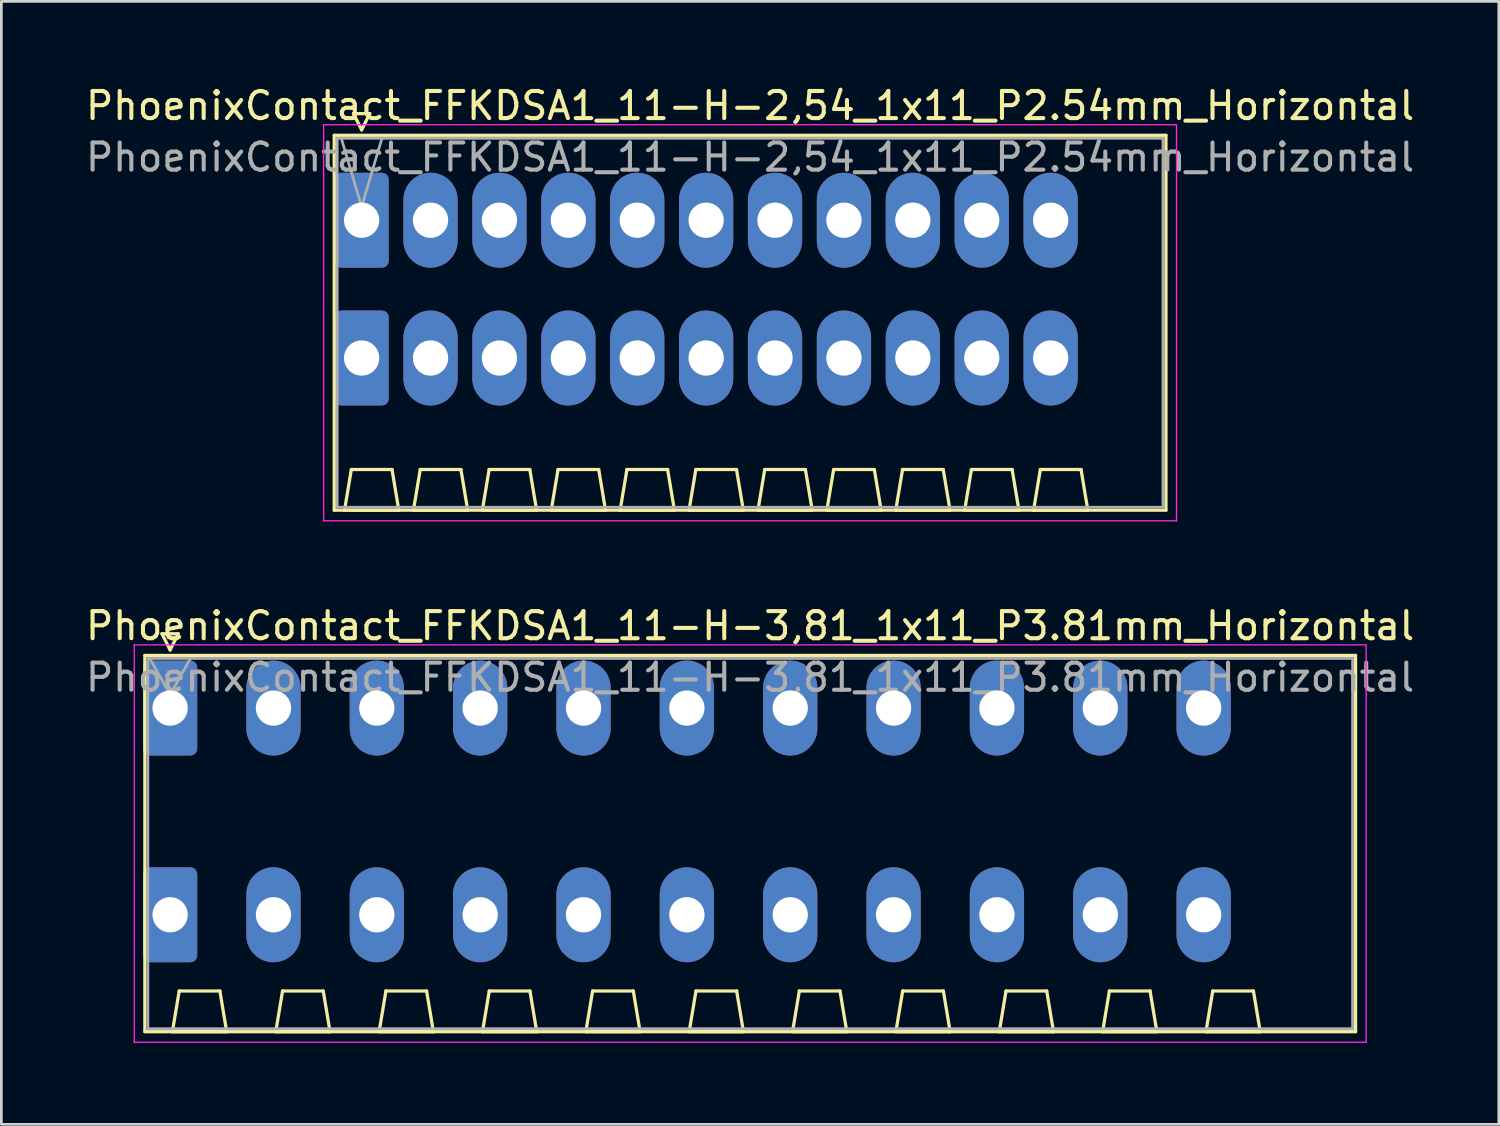
<source format=kicad_pcb>
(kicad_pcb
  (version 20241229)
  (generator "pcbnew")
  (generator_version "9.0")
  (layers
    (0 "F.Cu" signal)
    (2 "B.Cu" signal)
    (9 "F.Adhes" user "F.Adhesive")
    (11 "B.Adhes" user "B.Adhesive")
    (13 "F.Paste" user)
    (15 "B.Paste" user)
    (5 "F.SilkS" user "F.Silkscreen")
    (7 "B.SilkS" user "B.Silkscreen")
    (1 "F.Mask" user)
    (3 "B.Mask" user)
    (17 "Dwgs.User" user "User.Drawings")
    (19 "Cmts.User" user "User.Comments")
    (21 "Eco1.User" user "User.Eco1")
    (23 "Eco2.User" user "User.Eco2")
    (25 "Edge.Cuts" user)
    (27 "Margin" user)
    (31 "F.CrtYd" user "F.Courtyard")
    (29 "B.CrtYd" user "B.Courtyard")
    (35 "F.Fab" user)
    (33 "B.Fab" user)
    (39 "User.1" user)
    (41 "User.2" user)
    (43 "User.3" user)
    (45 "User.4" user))
  (footprint "PhoenixContact_FFKDSA1_11-H-2,54_1x11_P2.54mm_Horizontal"
    (layer "F.Cu")
    (at 10.281 5.068)
    (property "Reference" "PhoenixContact_FFKDSA1_11-H-2,54_1x11_P2.54mm_Horizontal" (at 14.32 -4.22 0) (layer "F.SilkS") (effects (font (size 1 1) (thickness 0.15))))
    (attr through_hole)
    (fp_line (start -1.01 -3.13) (end -1.01 10.69) (stroke (width 0.12) (type solid)) (layer "F.SilkS"))
    (fp_line (start -1.01 10.69) (end 29.65 10.69) (stroke (width 0.12) (type solid)) (layer "F.SilkS"))
    (fp_line (start -0.63 10.69) (end 1.37 10.69) (stroke (width 0.12) (type solid)) (layer "F.SilkS"))
    (fp_line (start -0.38 9.19) (end -0.63 10.69) (stroke (width 0.12) (type solid)) (layer "F.SilkS"))
    (fp_line (start -0.3 -3.93) (end 0.3 -3.93) (stroke (width 0.12) (type solid)) (layer "F.SilkS"))
    (fp_line (start 0 -3.33) (end -0.3 -3.93) (stroke (width 0.12) (type solid)) (layer "F.SilkS"))
    (fp_line (start 0.3 -3.93) (end 0 -3.33) (stroke (width 0.12) (type solid)) (layer "F.SilkS"))
    (fp_line (start 1.12 9.19) (end -0.38 9.19) (stroke (width 0.12) (type solid)) (layer "F.SilkS"))
    (fp_line (start 1.37 10.69) (end 1.12 9.19) (stroke (width 0.12) (type solid)) (layer "F.SilkS"))
    (fp_line (start 1.91 10.69) (end 3.91 10.69) (stroke (width 0.12) (type solid)) (layer "F.SilkS"))
    (fp_line (start 2.16 9.19) (end 1.91 10.69) (stroke (width 0.12) (type solid)) (layer "F.SilkS"))
    (fp_line (start 3.66 9.19) (end 2.16 9.19) (stroke (width 0.12) (type solid)) (layer "F.SilkS"))
    (fp_line (start 3.91 10.69) (end 3.66 9.19) (stroke (width 0.12) (type solid)) (layer "F.SilkS"))
    (fp_line (start 4.45 10.69) (end 6.45 10.69) (stroke (width 0.12) (type solid)) (layer "F.SilkS"))
    (fp_line (start 4.7 9.19) (end 4.45 10.69) (stroke (width 0.12) (type solid)) (layer "F.SilkS"))
    (fp_line (start 6.2 9.19) (end 4.7 9.19) (stroke (width 0.12) (type solid)) (layer "F.SilkS"))
    (fp_line (start 6.45 10.69) (end 6.2 9.19) (stroke (width 0.12) (type solid)) (layer "F.SilkS"))
    (fp_line (start 6.99 10.69) (end 8.99 10.69) (stroke (width 0.12) (type solid)) (layer "F.SilkS"))
    (fp_line (start 7.24 9.19) (end 6.99 10.69) (stroke (width 0.12) (type solid)) (layer "F.SilkS"))
    (fp_line (start 8.74 9.19) (end 7.24 9.19) (stroke (width 0.12) (type solid)) (layer "F.SilkS"))
    (fp_line (start 8.99 10.69) (end 8.74 9.19) (stroke (width 0.12) (type solid)) (layer "F.SilkS"))
    (fp_line (start 9.53 10.69) (end 11.53 10.69) (stroke (width 0.12) (type solid)) (layer "F.SilkS"))
    (fp_line (start 9.78 9.19) (end 9.53 10.69) (stroke (width 0.12) (type solid)) (layer "F.SilkS"))
    (fp_line (start 11.28 9.19) (end 9.78 9.19) (stroke (width 0.12) (type solid)) (layer "F.SilkS"))
    (fp_line (start 11.53 10.69) (end 11.28 9.19) (stroke (width 0.12) (type solid)) (layer "F.SilkS"))
    (fp_line (start 12.07 10.69) (end 14.07 10.69) (stroke (width 0.12) (type solid)) (layer "F.SilkS"))
    (fp_line (start 12.32 9.19) (end 12.07 10.69) (stroke (width 0.12) (type solid)) (layer "F.SilkS"))
    (fp_line (start 13.82 9.19) (end 12.32 9.19) (stroke (width 0.12) (type solid)) (layer "F.SilkS"))
    (fp_line (start 14.07 10.69) (end 13.82 9.19) (stroke (width 0.12) (type solid)) (layer "F.SilkS"))
    (fp_line (start 14.61 10.69) (end 16.61 10.69) (stroke (width 0.12) (type solid)) (layer "F.SilkS"))
    (fp_line (start 14.86 9.19) (end 14.61 10.69) (stroke (width 0.12) (type solid)) (layer "F.SilkS"))
    (fp_line (start 16.36 9.19) (end 14.86 9.19) (stroke (width 0.12) (type solid)) (layer "F.SilkS"))
    (fp_line (start 16.61 10.69) (end 16.36 9.19) (stroke (width 0.12) (type solid)) (layer "F.SilkS"))
    (fp_line (start 17.15 10.69) (end 19.15 10.69) (stroke (width 0.12) (type solid)) (layer "F.SilkS"))
    (fp_line (start 17.4 9.19) (end 17.15 10.69) (stroke (width 0.12) (type solid)) (layer "F.SilkS"))
    (fp_line (start 18.9 9.19) (end 17.4 9.19) (stroke (width 0.12) (type solid)) (layer "F.SilkS"))
    (fp_line (start 19.15 10.69) (end 18.9 9.19) (stroke (width 0.12) (type solid)) (layer "F.SilkS"))
    (fp_line (start 19.69 10.69) (end 21.69 10.69) (stroke (width 0.12) (type solid)) (layer "F.SilkS"))
    (fp_line (start 19.94 9.19) (end 19.69 10.69) (stroke (width 0.12) (type solid)) (layer "F.SilkS"))
    (fp_line (start 21.44 9.19) (end 19.94 9.19) (stroke (width 0.12) (type solid)) (layer "F.SilkS"))
    (fp_line (start 21.69 10.69) (end 21.44 9.19) (stroke (width 0.12) (type solid)) (layer "F.SilkS"))
    (fp_line (start 22.23 10.69) (end 24.23 10.69) (stroke (width 0.12) (type solid)) (layer "F.SilkS"))
    (fp_line (start 22.48 9.19) (end 22.23 10.69) (stroke (width 0.12) (type solid)) (layer "F.SilkS"))
    (fp_line (start 23.98 9.19) (end 22.48 9.19) (stroke (width 0.12) (type solid)) (layer "F.SilkS"))
    (fp_line (start 24.23 10.69) (end 23.98 9.19) (stroke (width 0.12) (type solid)) (layer "F.SilkS"))
    (fp_line (start 24.77 10.69) (end 26.77 10.69) (stroke (width 0.12) (type solid)) (layer "F.SilkS"))
    (fp_line (start 25.02 9.19) (end 24.77 10.69) (stroke (width 0.12) (type solid)) (layer "F.SilkS"))
    (fp_line (start 26.52 9.19) (end 25.02 9.19) (stroke (width 0.12) (type solid)) (layer "F.SilkS"))
    (fp_line (start 26.77 10.69) (end 26.52 9.19) (stroke (width 0.12) (type solid)) (layer "F.SilkS"))
    (fp_line (start 29.65 -3.13) (end -1.01 -3.13) (stroke (width 0.12) (type solid)) (layer "F.SilkS"))
    (fp_line (start 29.65 10.69) (end 29.65 -3.13) (stroke (width 0.12) (type solid)) (layer "F.SilkS"))
    (fp_line (start -1.4 -3.52) (end -1.4 11.08) (stroke (width 0.05) (type solid)) (layer "F.CrtYd"))
    (fp_line (start -1.4 11.08) (end 30.04 11.08) (stroke (width 0.05) (type solid)) (layer "F.CrtYd"))
    (fp_line (start 30.04 -3.52) (end -1.4 -3.52) (stroke (width 0.05) (type solid)) (layer "F.CrtYd"))
    (fp_line (start 30.04 11.08) (end 30.04 -3.52) (stroke (width 0.05) (type solid)) (layer "F.CrtYd"))
    (fp_line (start -0.9 -3.02) (end -0.9 10.58) (stroke (width 0.1) (type solid)) (layer "F.Fab"))
    (fp_line (start -0.9 10.58) (end 29.54 10.58) (stroke (width 0.1) (type solid)) (layer "F.Fab"))
    (fp_line (start 0 -0.5) (end -0.75 -3.02) (stroke (width 0.1) (type solid)) (layer "F.Fab"))
    (fp_line (start 0.75 -3.02) (end 0 -0.5) (stroke (width 0.1) (type solid)) (layer "F.Fab"))
    (fp_line (start 29.54 -3.02) (end -0.9 -3.02) (stroke (width 0.1) (type solid)) (layer "F.Fab"))
    (fp_line (start 29.54 10.58) (end 29.54 -3.02) (stroke (width 0.1) (type solid)) (layer "F.Fab"))
    (fp_text user "${REFERENCE}" (at 14.32 -2.32 0) (layer "F.Fab") (effects (font (size 1 1) (thickness 0.15))))
    (pad "1" thru_hole roundrect (at 0 0) (size 2 3.5) (drill 1.3) (layers "*.Cu" "*.Mask") (roundrect_rratio 0.125))
    (pad "1" thru_hole roundrect (at 0 5.08) (size 2 3.5) (drill 1.3) (layers "*.Cu" "*.Mask") (roundrect_rratio 0.125))
    (pad "2" thru_hole oval (at 2.54 0) (size 2 3.5) (drill 1.3) (layers "*.Cu" "*.Mask"))
    (pad "2" thru_hole oval (at 2.54 5.08) (size 2 3.5) (drill 1.3) (layers "*.Cu" "*.Mask"))
    (pad "3" thru_hole oval (at 5.08 0) (size 2 3.5) (drill 1.3) (layers "*.Cu" "*.Mask"))
    (pad "3" thru_hole oval (at 5.08 5.08) (size 2 3.5) (drill 1.3) (layers "*.Cu" "*.Mask"))
    (pad "4" thru_hole oval (at 7.62 0) (size 2 3.5) (drill 1.3) (layers "*.Cu" "*.Mask"))
    (pad "4" thru_hole oval (at 7.62 5.08) (size 2 3.5) (drill 1.3) (layers "*.Cu" "*.Mask"))
    (pad "5" thru_hole oval (at 10.16 0) (size 2 3.5) (drill 1.3) (layers "*.Cu" "*.Mask"))
    (pad "5" thru_hole oval (at 10.16 5.08) (size 2 3.5) (drill 1.3) (layers "*.Cu" "*.Mask"))
    (pad "6" thru_hole oval (at 12.7 0) (size 2 3.5) (drill 1.3) (layers "*.Cu" "*.Mask"))
    (pad "6" thru_hole oval (at 12.7 5.08) (size 2 3.5) (drill 1.3) (layers "*.Cu" "*.Mask"))
    (pad "7" thru_hole oval (at 15.24 0) (size 2 3.5) (drill 1.3) (layers "*.Cu" "*.Mask"))
    (pad "7" thru_hole oval (at 15.24 5.08) (size 2 3.5) (drill 1.3) (layers "*.Cu" "*.Mask"))
    (pad "8" thru_hole oval (at 17.78 0) (size 2 3.5) (drill 1.3) (layers "*.Cu" "*.Mask"))
    (pad "8" thru_hole oval (at 17.78 5.08) (size 2 3.5) (drill 1.3) (layers "*.Cu" "*.Mask"))
    (pad "9" thru_hole oval (at 20.32 0) (size 2 3.5) (drill 1.3) (layers "*.Cu" "*.Mask"))
    (pad "9" thru_hole oval (at 20.32 5.08) (size 2 3.5) (drill 1.3) (layers "*.Cu" "*.Mask"))
    (pad "10" thru_hole oval (at 22.86 0) (size 2 3.5) (drill 1.3) (layers "*.Cu" "*.Mask"))
    (pad "10" thru_hole oval (at 22.86 5.08) (size 2 3.5) (drill 1.3) (layers "*.Cu" "*.Mask"))
    (pad "11" thru_hole oval (at 25.4 0) (size 2 3.5) (drill 1.3) (layers "*.Cu" "*.Mask"))
    (pad "11" thru_hole oval (at 25.4 5.08) (size 2 3.5) (drill 1.3) (layers "*.Cu" "*.Mask")))
  (footprint "PhoenixContact_FFKDSA1_11-H-3,81_1x11_P3.81mm_Horizontal"
    (layer "F.Cu")
    (at 3.221 23.052)
    (property "Reference" "PhoenixContact_FFKDSA1_11-H-3,81_1x11_P3.81mm_Horizontal" (at 21.38 -3.03 0) (layer "F.SilkS") (effects (font (size 1 1) (thickness 0.15))))
    (attr through_hole)
    (fp_line (start -0.93 -1.94) (end -0.93 11.93) (stroke (width 0.12) (type solid)) (layer "F.SilkS"))
    (fp_line (start -0.93 11.93) (end 43.7 11.93) (stroke (width 0.12) (type solid)) (layer "F.SilkS"))
    (fp_line (start -0.3 -2.74) (end 0.3 -2.74) (stroke (width 0.12) (type solid)) (layer "F.SilkS"))
    (fp_line (start 0 -2.14) (end -0.3 -2.74) (stroke (width 0.12) (type solid)) (layer "F.SilkS"))
    (fp_line (start 0.085 11.93) (end 2.085 11.93) (stroke (width 0.12) (type solid)) (layer "F.SilkS"))
    (fp_line (start 0.3 -2.74) (end 0 -2.14) (stroke (width 0.12) (type solid)) (layer "F.SilkS"))
    (fp_line (start 0.335 10.43) (end 0.085 11.93) (stroke (width 0.12) (type solid)) (layer "F.SilkS"))
    (fp_line (start 1.835 10.43) (end 0.335 10.43) (stroke (width 0.12) (type solid)) (layer "F.SilkS"))
    (fp_line (start 2.085 11.93) (end 1.835 10.43) (stroke (width 0.12) (type solid)) (layer "F.SilkS"))
    (fp_line (start 3.895 11.93) (end 5.895 11.93) (stroke (width 0.12) (type solid)) (layer "F.SilkS"))
    (fp_line (start 4.145 10.43) (end 3.895 11.93) (stroke (width 0.12) (type solid)) (layer "F.SilkS"))
    (fp_line (start 5.645 10.43) (end 4.145 10.43) (stroke (width 0.12) (type solid)) (layer "F.SilkS"))
    (fp_line (start 5.895 11.93) (end 5.645 10.43) (stroke (width 0.12) (type solid)) (layer "F.SilkS"))
    (fp_line (start 7.705 11.93) (end 9.705 11.93) (stroke (width 0.12) (type solid)) (layer "F.SilkS"))
    (fp_line (start 7.955 10.43) (end 7.705 11.93) (stroke (width 0.12) (type solid)) (layer "F.SilkS"))
    (fp_line (start 9.455 10.43) (end 7.955 10.43) (stroke (width 0.12) (type solid)) (layer "F.SilkS"))
    (fp_line (start 9.705 11.93) (end 9.455 10.43) (stroke (width 0.12) (type solid)) (layer "F.SilkS"))
    (fp_line (start 11.515 11.93) (end 13.515 11.93) (stroke (width 0.12) (type solid)) (layer "F.SilkS"))
    (fp_line (start 11.765 10.43) (end 11.515 11.93) (stroke (width 0.12) (type solid)) (layer "F.SilkS"))
    (fp_line (start 13.265 10.43) (end 11.765 10.43) (stroke (width 0.12) (type solid)) (layer "F.SilkS"))
    (fp_line (start 13.515 11.93) (end 13.265 10.43) (stroke (width 0.12) (type solid)) (layer "F.SilkS"))
    (fp_line (start 15.325 11.93) (end 17.325 11.93) (stroke (width 0.12) (type solid)) (layer "F.SilkS"))
    (fp_line (start 15.575 10.43) (end 15.325 11.93) (stroke (width 0.12) (type solid)) (layer "F.SilkS"))
    (fp_line (start 17.075 10.43) (end 15.575 10.43) (stroke (width 0.12) (type solid)) (layer "F.SilkS"))
    (fp_line (start 17.325 11.93) (end 17.075 10.43) (stroke (width 0.12) (type solid)) (layer "F.SilkS"))
    (fp_line (start 19.135 11.93) (end 21.135 11.93) (stroke (width 0.12) (type solid)) (layer "F.SilkS"))
    (fp_line (start 19.385 10.43) (end 19.135 11.93) (stroke (width 0.12) (type solid)) (layer "F.SilkS"))
    (fp_line (start 20.885 10.43) (end 19.385 10.43) (stroke (width 0.12) (type solid)) (layer "F.SilkS"))
    (fp_line (start 21.135 11.93) (end 20.885 10.43) (stroke (width 0.12) (type solid)) (layer "F.SilkS"))
    (fp_line (start 22.945 11.93) (end 24.945 11.93) (stroke (width 0.12) (type solid)) (layer "F.SilkS"))
    (fp_line (start 23.195 10.43) (end 22.945 11.93) (stroke (width 0.12) (type solid)) (layer "F.SilkS"))
    (fp_line (start 24.695 10.43) (end 23.195 10.43) (stroke (width 0.12) (type solid)) (layer "F.SilkS"))
    (fp_line (start 24.945 11.93) (end 24.695 10.43) (stroke (width 0.12) (type solid)) (layer "F.SilkS"))
    (fp_line (start 26.755 11.93) (end 28.755 11.93) (stroke (width 0.12) (type solid)) (layer "F.SilkS"))
    (fp_line (start 27.005 10.43) (end 26.755 11.93) (stroke (width 0.12) (type solid)) (layer "F.SilkS"))
    (fp_line (start 28.505 10.43) (end 27.005 10.43) (stroke (width 0.12) (type solid)) (layer "F.SilkS"))
    (fp_line (start 28.755 11.93) (end 28.505 10.43) (stroke (width 0.12) (type solid)) (layer "F.SilkS"))
    (fp_line (start 30.565 11.93) (end 32.565 11.93) (stroke (width 0.12) (type solid)) (layer "F.SilkS"))
    (fp_line (start 30.815 10.43) (end 30.565 11.93) (stroke (width 0.12) (type solid)) (layer "F.SilkS"))
    (fp_line (start 32.315 10.43) (end 30.815 10.43) (stroke (width 0.12) (type solid)) (layer "F.SilkS"))
    (fp_line (start 32.565 11.93) (end 32.315 10.43) (stroke (width 0.12) (type solid)) (layer "F.SilkS"))
    (fp_line (start 34.375 11.93) (end 36.375 11.93) (stroke (width 0.12) (type solid)) (layer "F.SilkS"))
    (fp_line (start 34.625 10.43) (end 34.375 11.93) (stroke (width 0.12) (type solid)) (layer "F.SilkS"))
    (fp_line (start 36.125 10.43) (end 34.625 10.43) (stroke (width 0.12) (type solid)) (layer "F.SilkS"))
    (fp_line (start 36.375 11.93) (end 36.125 10.43) (stroke (width 0.12) (type solid)) (layer "F.SilkS"))
    (fp_line (start 38.185 11.93) (end 40.185 11.93) (stroke (width 0.12) (type solid)) (layer "F.SilkS"))
    (fp_line (start 38.435 10.43) (end 38.185 11.93) (stroke (width 0.12) (type solid)) (layer "F.SilkS"))
    (fp_line (start 39.935 10.43) (end 38.435 10.43) (stroke (width 0.12) (type solid)) (layer "F.SilkS"))
    (fp_line (start 40.185 11.93) (end 39.935 10.43) (stroke (width 0.12) (type solid)) (layer "F.SilkS"))
    (fp_line (start 43.7 -1.94) (end -0.93 -1.94) (stroke (width 0.12) (type solid)) (layer "F.SilkS"))
    (fp_line (start 43.7 11.93) (end 43.7 -1.94) (stroke (width 0.12) (type solid)) (layer "F.SilkS"))
    (fp_line (start -1.32 -2.33) (end -1.32 12.32) (stroke (width 0.05) (type solid)) (layer "F.CrtYd"))
    (fp_line (start -1.32 12.32) (end 44.09 12.32) (stroke (width 0.05) (type solid)) (layer "F.CrtYd"))
    (fp_line (start 44.09 -2.33) (end -1.32 -2.33) (stroke (width 0.05) (type solid)) (layer "F.CrtYd"))
    (fp_line (start 44.09 12.32) (end 44.09 -2.33) (stroke (width 0.05) (type solid)) (layer "F.CrtYd"))
    (fp_line (start -0.82 -1.83) (end -0.82 11.82) (stroke (width 0.1) (type solid)) (layer "F.Fab"))
    (fp_line (start -0.82 11.82) (end 43.59 11.82) (stroke (width 0.1) (type solid)) (layer "F.Fab"))
    (fp_line (start 0 -0.5) (end -0.75 -1.83) (stroke (width 0.1) (type solid)) (layer "F.Fab"))
    (fp_line (start 0.75 -1.83) (end 0 -0.5) (stroke (width 0.1) (type solid)) (layer "F.Fab"))
    (fp_line (start 43.59 -1.83) (end -0.82 -1.83) (stroke (width 0.1) (type solid)) (layer "F.Fab"))
    (fp_line (start 43.59 11.82) (end 43.59 -1.83) (stroke (width 0.1) (type solid)) (layer "F.Fab"))
    (fp_text user "${REFERENCE}" (at 21.38 -1.13 0) (layer "F.Fab") (effects (font (size 1 1) (thickness 0.15))))
    (pad "1" thru_hole roundrect (at 0 0) (size 2 3.5) (drill 1.3) (layers "*.Cu" "*.Mask") (roundrect_rratio 0.125))
    (pad "1" thru_hole roundrect (at 0 7.62) (size 2 3.5) (drill 1.3) (layers "*.Cu" "*.Mask") (roundrect_rratio 0.125))
    (pad "2" thru_hole oval (at 3.81 0) (size 2 3.5) (drill 1.3) (layers "*.Cu" "*.Mask"))
    (pad "2" thru_hole oval (at 3.81 7.62) (size 2 3.5) (drill 1.3) (layers "*.Cu" "*.Mask"))
    (pad "3" thru_hole oval (at 7.62 0) (size 2 3.5) (drill 1.3) (layers "*.Cu" "*.Mask"))
    (pad "3" thru_hole oval (at 7.62 7.62) (size 2 3.5) (drill 1.3) (layers "*.Cu" "*.Mask"))
    (pad "4" thru_hole oval (at 11.43 0) (size 2 3.5) (drill 1.3) (layers "*.Cu" "*.Mask"))
    (pad "4" thru_hole oval (at 11.43 7.62) (size 2 3.5) (drill 1.3) (layers "*.Cu" "*.Mask"))
    (pad "5" thru_hole oval (at 15.24 0) (size 2 3.5) (drill 1.3) (layers "*.Cu" "*.Mask"))
    (pad "5" thru_hole oval (at 15.24 7.62) (size 2 3.5) (drill 1.3) (layers "*.Cu" "*.Mask"))
    (pad "6" thru_hole oval (at 19.05 0) (size 2 3.5) (drill 1.3) (layers "*.Cu" "*.Mask"))
    (pad "6" thru_hole oval (at 19.05 7.62) (size 2 3.5) (drill 1.3) (layers "*.Cu" "*.Mask"))
    (pad "7" thru_hole oval (at 22.86 0) (size 2 3.5) (drill 1.3) (layers "*.Cu" "*.Mask"))
    (pad "7" thru_hole oval (at 22.86 7.62) (size 2 3.5) (drill 1.3) (layers "*.Cu" "*.Mask"))
    (pad "8" thru_hole oval (at 26.67 0) (size 2 3.5) (drill 1.3) (layers "*.Cu" "*.Mask"))
    (pad "8" thru_hole oval (at 26.67 7.62) (size 2 3.5) (drill 1.3) (layers "*.Cu" "*.Mask"))
    (pad "9" thru_hole oval (at 30.48 0) (size 2 3.5) (drill 1.3) (layers "*.Cu" "*.Mask"))
    (pad "9" thru_hole oval (at 30.48 7.62) (size 2 3.5) (drill 1.3) (layers "*.Cu" "*.Mask"))
    (pad "10" thru_hole oval (at 34.29 0) (size 2 3.5) (drill 1.3) (layers "*.Cu" "*.Mask"))
    (pad "10" thru_hole oval (at 34.29 7.62) (size 2 3.5) (drill 1.3) (layers "*.Cu" "*.Mask"))
    (pad "11" thru_hole oval (at 38.1 0) (size 2 3.5) (drill 1.3) (layers "*.Cu" "*.Mask"))
    (pad "11" thru_hole oval (at 38.1 7.62) (size 2 3.5) (drill 1.3) (layers "*.Cu" "*.Mask")))
  (gr_rect
    (start -3 -3)
    (end 52.202 38.397)
    (stroke (width 0.1) (type default))
    (fill no)
    (layer "Edge.Cuts")))
</source>
